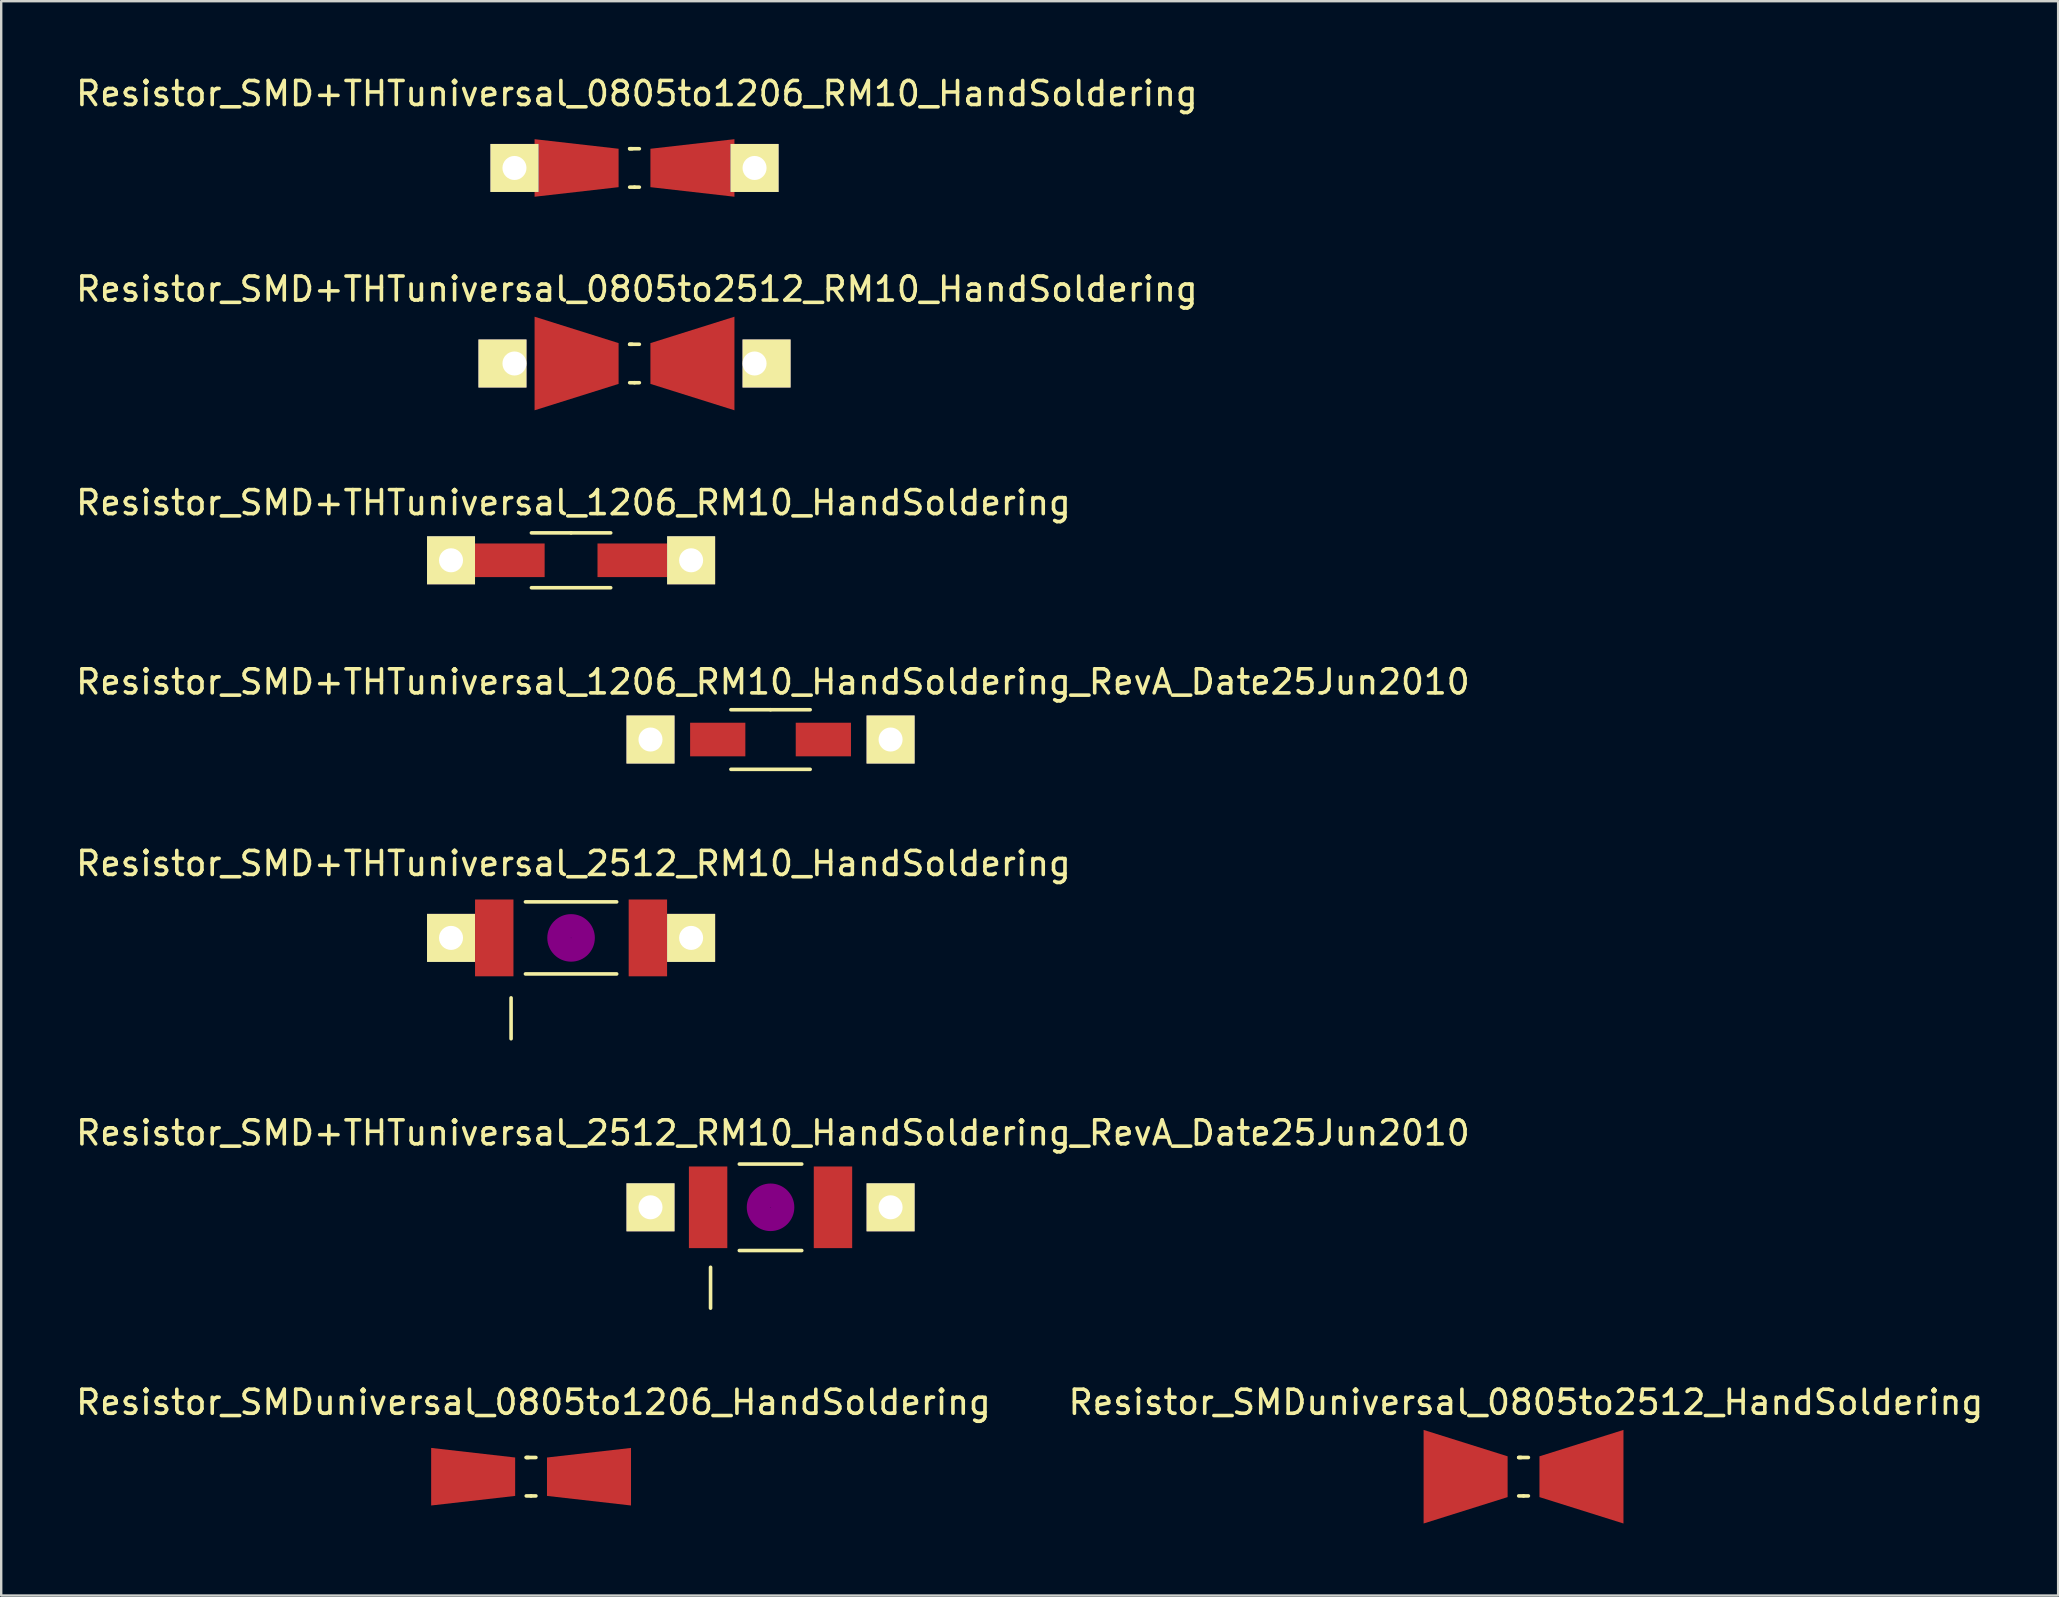
<source format=kicad_pcb>
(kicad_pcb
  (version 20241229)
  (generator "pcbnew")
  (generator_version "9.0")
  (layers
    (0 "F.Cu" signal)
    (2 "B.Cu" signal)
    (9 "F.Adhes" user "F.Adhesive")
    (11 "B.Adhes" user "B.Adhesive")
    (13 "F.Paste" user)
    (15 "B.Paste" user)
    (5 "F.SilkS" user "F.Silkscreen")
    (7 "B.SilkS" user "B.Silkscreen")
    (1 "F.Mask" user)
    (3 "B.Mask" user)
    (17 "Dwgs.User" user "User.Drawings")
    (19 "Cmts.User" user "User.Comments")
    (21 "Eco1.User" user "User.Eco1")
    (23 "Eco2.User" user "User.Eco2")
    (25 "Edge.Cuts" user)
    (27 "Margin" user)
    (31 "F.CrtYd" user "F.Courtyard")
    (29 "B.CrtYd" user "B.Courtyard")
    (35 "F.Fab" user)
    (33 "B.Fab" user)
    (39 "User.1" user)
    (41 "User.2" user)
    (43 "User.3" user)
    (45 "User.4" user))
  (footprint "Resistor_SMDuniversal_0805to1206_HandSoldering"
    (layer "F.Cu")
    (at 19.074 58.468)
    (property "Reference" "Resistor_SMDuniversal_0805to1206_HandSoldering" (at 0.099 -3.099 0) (layer "F.SilkS") (effects (font (size 1 1) (thickness 0.15))))
    (attr through_hole)
    (fp_line (start -0.201 -0.8) (end 0.201 -0.8) (stroke (width 0.15) (type solid)) (layer "F.SilkS"))
    (fp_line (start -0.099 -0.8) (end -0.201 -0.8) (stroke (width 0.15) (type solid)) (layer "F.SilkS"))
    (fp_line (start 0 0.8) (end -0.201 0.8) (stroke (width 0.15) (type solid)) (layer "F.SilkS"))
    (fp_line (start 0 0.8) (end 0.201 0.8) (stroke (width 0.15) (type solid)) (layer "F.SilkS"))
    (pad "1" smd trapezoid (at -2.413 0) (size 3.5 1.999) (rect_delta 0.399 0) (layers "F.Cu" "F.Mask" "F.Paste"))
    (pad "2" smd trapezoid (at 2.413 0 180) (size 3.5 1.999) (rect_delta 0.399 0) (layers "F.Cu" "F.Mask" "F.Paste")))
  (footprint "Resistor_SMD+THTuniversal_0805to1206_RM10_HandSoldering"
    (layer "F.Cu")
    (at 23.383 3.947)
    (property "Reference" "Resistor_SMD+THTuniversal_0805to1206_RM10_HandSoldering" (at 0.099 -3.099 0) (layer "F.SilkS") (effects (font (size 1 1) (thickness 0.15))))
    (attr through_hole)
    (fp_line (start -0.201 -0.8) (end 0.201 -0.8) (stroke (width 0.15) (type solid)) (layer "F.SilkS"))
    (fp_line (start -0.099 -0.8) (end -0.201 -0.8) (stroke (width 0.15) (type solid)) (layer "F.SilkS"))
    (fp_line (start 0 0.8) (end -0.201 0.8) (stroke (width 0.15) (type solid)) (layer "F.SilkS"))
    (fp_line (start 0 0.8) (end 0.201 0.8) (stroke (width 0.15) (type solid)) (layer "F.SilkS"))
    (pad "1" thru_hole rect (at -5.001 0 180) (size 1.999 1.999) (drill 1.001) (layers "*.Cu" "*.Mask" "F.SilkS"))
    (pad "1" smd trapezoid (at -2.413 0) (size 3.5 1.999) (rect_delta 0.399 0) (layers "F.Cu" "F.Mask" "F.Paste"))
    (pad "2" smd trapezoid (at 2.413 0 180) (size 3.5 1.999) (rect_delta 0.399 0) (layers "F.Cu" "F.Mask" "F.Paste"))
    (pad "2" thru_hole rect (at 5.001 0 180) (size 1.999 1.999) (drill 1.001) (layers "*.Cu" "*.Mask" "F.SilkS")))
  (footprint "Resistor_SMD+THTuniversal_1206_RM10_HandSoldering"
    (layer "F.Cu")
    (at 20.74 20.291)
    (property "Reference" "Resistor_SMD+THTuniversal_1206_RM10_HandSoldering" (at 0.099 -2.4 0) (layer "F.SilkS") (effects (font (size 1 1) (thickness 0.15))))
    (attr through_hole)
    (fp_line (start 0 -1.143) (end -1.651 -1.143) (stroke (width 0.15) (type solid)) (layer "F.SilkS"))
    (fp_line (start 0 -1.143) (end 1.651 -1.143) (stroke (width 0.15) (type solid)) (layer "F.SilkS"))
    (fp_line (start 1.651 1.143) (end -1.651 1.143) (stroke (width 0.15) (type solid)) (layer "F.SilkS"))
    (pad "1" thru_hole rect (at -5.001 0) (size 1.999 1.999) (drill 1.001) (layers "*.Cu" "*.Mask" "F.SilkS"))
    (pad "1" smd rect (at -2.601 0) (size 3 1.4) (layers "F.Cu" "F.Mask" "F.Paste"))
    (pad "2" smd rect (at 2.601 0) (size 3 1.4) (layers "F.Cu" "F.Mask" "F.Paste"))
    (pad "2" thru_hole rect (at 5.001 0) (size 1.999 1.999) (drill 1.001) (layers "*.Cu" "*.Mask" "F.SilkS")))
  (footprint "Resistor_SMD+THTuniversal_2512_RM10_HandSoldering"
    (layer "F.Cu")
    (at 20.74 36.022)
    (property "Reference" "Resistor_SMD+THTuniversal_2512_RM10_HandSoldering" (at 0.099 -3.099 0) (layer "F.SilkS") (effects (font (size 1 1) (thickness 0.15))))
    (attr through_hole)
    (fp_line (start -2.499 2.499) (end -2.499 4.201) (stroke (width 0.15) (type solid)) (layer "F.SilkS"))
    (fp_line (start 1.9 -1.501) (end -1.9 -1.501) (stroke (width 0.15) (type solid)) (layer "F.SilkS"))
    (fp_line (start 1.9 1.501) (end -1.9 1.501) (stroke (width 0.15) (type solid)) (layer "F.SilkS"))
    (fp_circle (center 0 0) (end 0.201 0) (stroke (width 0.381) (type solid)) (fill no) (layer "F.Adhes"))
    (fp_circle (center 0 0) (end 0.5 0) (stroke (width 0.381) (type solid)) (fill no) (layer "F.Adhes"))
    (fp_circle (center 0 0) (end 0.8 0) (stroke (width 0.381) (type solid)) (fill no) (layer "F.Adhes"))
    (pad "1" thru_hole rect (at -5.001 0 180) (size 1.999 1.999) (drill 1.001) (layers "*.Cu" "*.Mask" "F.SilkS"))
    (pad "1" smd rect (at -3.2 0) (size 1.6 3.2) (layers "F.Cu" "F.Mask" "F.Paste"))
    (pad "2" smd rect (at 3.2 0) (size 1.6 3.2) (layers "F.Cu" "F.Mask" "F.Paste"))
    (pad "2" thru_hole rect (at 5.001 0 180) (size 1.999 1.999) (drill 1.001) (layers "*.Cu" "*.Mask" "F.SilkS")))
  (footprint "Resistor_SMDuniversal_0805to2512_HandSoldering"
    (layer "F.Cu")
    (at 60.419 58.468)
    (property "Reference" "Resistor_SMDuniversal_0805to2512_HandSoldering" (at 0.099 -3.099 0) (layer "F.SilkS") (effects (font (size 1 1) (thickness 0.15))))
    (attr through_hole)
    (fp_line (start -0.201 -0.8) (end 0.201 -0.8) (stroke (width 0.15) (type solid)) (layer "F.SilkS"))
    (fp_line (start -0.099 -0.8) (end -0.201 -0.8) (stroke (width 0.15) (type solid)) (layer "F.SilkS"))
    (fp_line (start 0 0.8) (end -0.201 0.8) (stroke (width 0.15) (type solid)) (layer "F.SilkS"))
    (fp_line (start 0 0.8) (end 0.201 0.8) (stroke (width 0.15) (type solid)) (layer "F.SilkS"))
    (pad "1" smd trapezoid (at -2.413 0) (size 3.5 2.799) (rect_delta 1.1 0) (layers "F.Cu" "F.Mask" "F.Paste"))
    (pad "2" smd trapezoid (at 2.413 0 180) (size 3.5 2.799) (rect_delta 1.1 0) (layers "F.Cu" "F.Mask" "F.Paste")))
  (footprint "Resistor_SMD+THTuniversal_1206_RM10_HandSoldering_RevA_Date25Jun2010"
    (layer "F.Cu")
    (at 29.05 27.758)
    (property "Reference" "Resistor_SMD+THTuniversal_1206_RM10_HandSoldering_RevA_Date25Jun2010" (at 0.099 -2.4 0) (layer "F.SilkS") (effects (font (size 1 1) (thickness 0.15))))
    (attr through_hole)
    (fp_line (start 0 -1.242) (end -1.651 -1.242) (stroke (width 0.15) (type solid)) (layer "F.SilkS"))
    (fp_line (start 0 -1.242) (end 1.651 -1.242) (stroke (width 0.15) (type solid)) (layer "F.SilkS"))
    (fp_line (start 1.651 1.242) (end -1.651 1.242) (stroke (width 0.15) (type solid)) (layer "F.SilkS"))
    (pad "1" thru_hole rect (at -5.001 0) (size 1.999 1.999) (drill 1.001) (layers "*.Cu" "*.Mask" "F.SilkS"))
    (pad "1" smd rect (at -2.2 0) (size 2.301 1.4) (layers "F.Cu" "F.Mask" "F.Paste"))
    (pad "2" smd rect (at 2.2 0) (size 2.301 1.4) (layers "F.Cu" "F.Mask" "F.Paste"))
    (pad "2" thru_hole rect (at 5.001 0) (size 1.999 1.999) (drill 1.001) (layers "*.Cu" "*.Mask" "F.SilkS")))
  (footprint "Resistor_SMD+THTuniversal_2512_RM10_HandSoldering_RevA_Date25Jun2010"
    (layer "F.Cu")
    (at 29.05 47.245)
    (property "Reference" "Resistor_SMD+THTuniversal_2512_RM10_HandSoldering_RevA_Date25Jun2010" (at 0.099 -3.099 0) (layer "F.SilkS") (effects (font (size 1 1) (thickness 0.15))))
    (attr through_hole)
    (fp_line (start -2.499 2.499) (end -2.499 4.201) (stroke (width 0.15) (type solid)) (layer "F.SilkS"))
    (fp_line (start -1.3 1.801) (end 1.3 1.801) (stroke (width 0.15) (type solid)) (layer "F.SilkS"))
    (fp_line (start 1.3 -1.801) (end -1.3 -1.801) (stroke (width 0.15) (type solid)) (layer "F.SilkS"))
    (fp_circle (center 0 0) (end 0.201 0) (stroke (width 0.381) (type solid)) (fill no) (layer "F.Adhes"))
    (fp_circle (center 0 0) (end 0.5 0) (stroke (width 0.381) (type solid)) (fill no) (layer "F.Adhes"))
    (fp_circle (center 0 0) (end 0.8 0) (stroke (width 0.381) (type solid)) (fill no) (layer "F.Adhes"))
    (pad "1" thru_hole rect (at -5.001 0 180) (size 1.999 1.999) (drill 1.001) (layers "*.Cu" "*.Mask" "F.SilkS"))
    (pad "1" smd rect (at -2.601 0) (size 1.6 3.401) (layers "F.Cu" "F.Mask" "F.Paste"))
    (pad "2" smd rect (at 2.601 0) (size 1.6 3.401) (layers "F.Cu" "F.Mask" "F.Paste"))
    (pad "2" thru_hole rect (at 5.001 0 180) (size 1.999 1.999) (drill 1.001) (layers "*.Cu" "*.Mask" "F.SilkS")))
  (footprint "Resistor_SMD+THTuniversal_0805to2512_RM10_HandSoldering"
    (layer "F.Cu")
    (at 23.383 12.093)
    (property "Reference" "Resistor_SMD+THTuniversal_0805to2512_RM10_HandSoldering" (at 0.099 -3.099 0) (layer "F.SilkS") (effects (font (size 1 1) (thickness 0.15))))
    (attr through_hole)
    (fp_line (start -0.201 -0.8) (end 0.201 -0.8) (stroke (width 0.15) (type solid)) (layer "F.SilkS"))
    (fp_line (start -0.099 -0.8) (end -0.201 -0.8) (stroke (width 0.15) (type solid)) (layer "F.SilkS"))
    (fp_line (start 0 0.8) (end -0.201 0.8) (stroke (width 0.15) (type solid)) (layer "F.SilkS"))
    (fp_line (start 0 0.8) (end 0.201 0.8) (stroke (width 0.15) (type solid)) (layer "F.SilkS"))
    (pad "1" thru_hole rect (at -5.001 0 180) (size 1.999 1.999) (drill 1.001 (offset 0.5 0)) (layers "*.Cu" "*.Mask" "F.SilkS"))
    (pad "1" smd trapezoid (at -2.413 0) (size 3.5 2.799) (rect_delta 1.1 0) (layers "F.Cu" "F.Mask" "F.Paste"))
    (pad "2" smd trapezoid (at 2.413 0 180) (size 3.5 2.799) (rect_delta 1.1 0) (layers "F.Cu" "F.Mask" "F.Paste"))
    (pad "2" thru_hole rect (at 5.001 0 180) (size 1.999 1.999) (drill 1.001 (offset -0.5 0)) (layers "*.Cu" "*.Mask" "F.SilkS")))
  (gr_rect
    (start -3 -3)
    (end 82.69 63.418)
    (stroke (width 0.1) (type default))
    (fill no)
    (layer "Edge.Cuts")))
</source>
